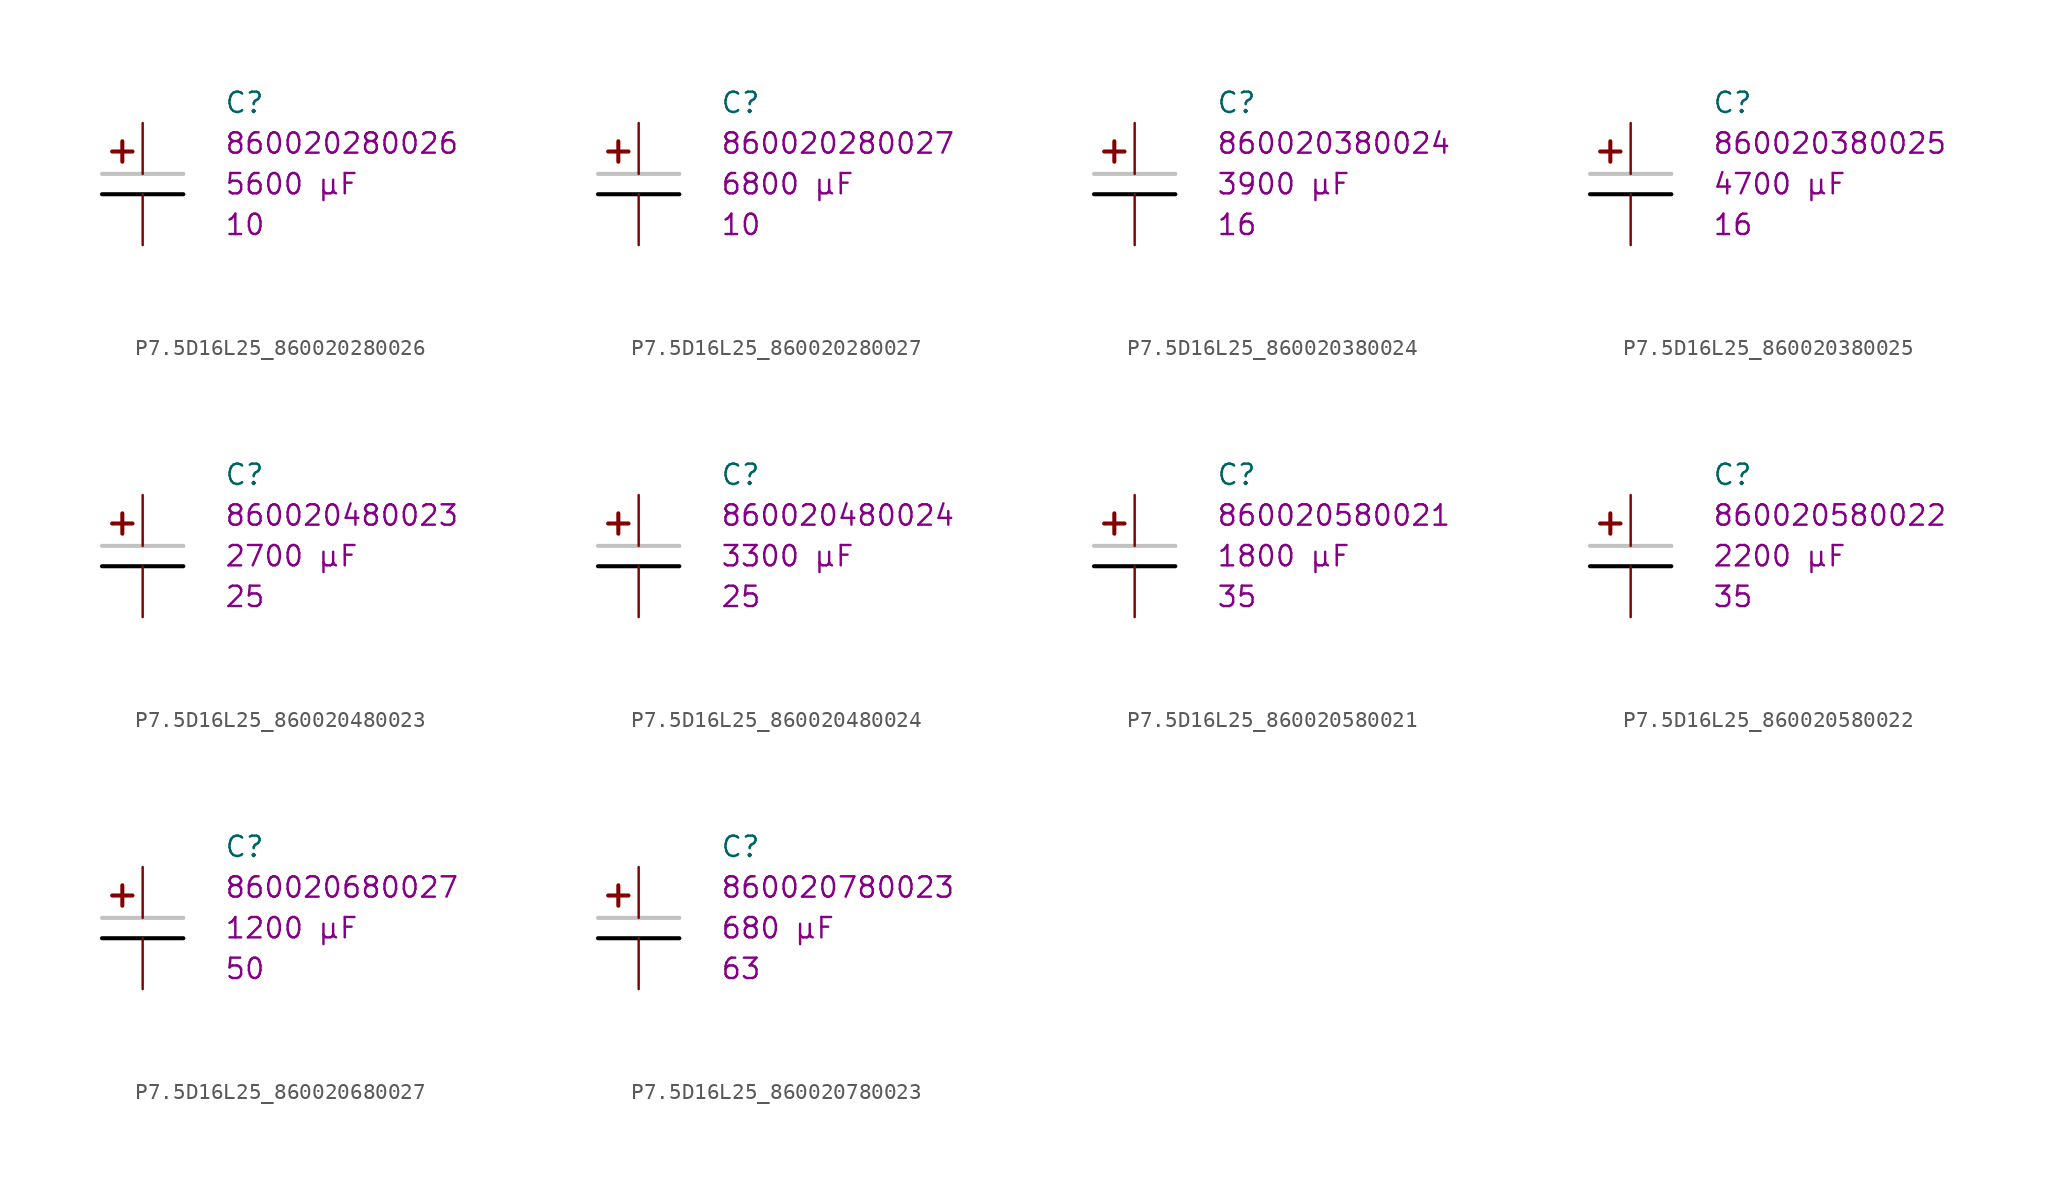
<source format=kicad_sym>
(kicad_symbol_lib
  (version 20220914)
  (generator kicad_symbol_editor)
  (symbol "P7.5D16L25_860020280026"
    (pin_numbers hide)
    (pin_names hide)
    (property "Reference" "C"
      (at 5.08 5.08 0)
      (effects (font (size 1.27 1.27)) (justify left)))
    (property "Part Number" "860020280026"
      (at 5.08 2.54 0)
      (effects (font (size 1.27 1.27)) (justify left)))
    (property "Capacitance" "5600 µF"
      (at 5.08 0 0)
      (effects (font (size 1.27 1.27)) (justify left)))
    (property "Voltage" "10"
      (at 5.08 -2.54 0)
      (effects (font (size 1.27 1.27)) (justify left)))
    (property "Critical Parameter" ""
      (at 0 -7.62 0)
      (effects (font (size 1.27 1.27))))
    (symbol "P7.5D16L25_860020280026_1_1"
      (polyline (pts (xy -1.27 2.667) (xy -1.27 1.397)) (stroke (width 0.254) (type default)) (fill (type none)))
      (polyline (pts (xy -0.635 2.032) (xy -1.905 2.032)) (stroke (width 0.254) (type default)) (fill (type none)))
      (polyline (pts (xy 2.54 -0.635) (xy -2.54 -0.635)) (stroke (width 0.254) (type default) (color 0 0 0 1)) (fill (type none)))
      (polyline (pts (xy 2.54 0.635) (xy -2.54 0.635)) (stroke (width 0.254) (type default) (color 194 194 194 1)) (fill (type none)))
      (pin passive line (at 0 3.81 270) (length 3.175) (name "1" (effects (font (size 1.27 1.27)))) (number "1" (effects (font (size 1.27 1.27)))))
      (pin passive line (at 0 -3.81 90) (length 3.175) (name "2" (effects (font (size 1.27 1.27)))) (number "2" (effects (font (size 1.27 1.27)))))))
  (symbol "P7.5D16L25_860020280027"
    (pin_numbers hide)
    (pin_names hide)
    (property "Reference" "C"
      (at 5.08 5.08 0)
      (effects (font (size 1.27 1.27)) (justify left)))
    (property "Part Number" "860020280027"
      (at 5.08 2.54 0)
      (effects (font (size 1.27 1.27)) (justify left)))
    (property "Capacitance" "6800 µF"
      (at 5.08 0 0)
      (effects (font (size 1.27 1.27)) (justify left)))
    (property "Voltage" "10"
      (at 5.08 -2.54 0)
      (effects (font (size 1.27 1.27)) (justify left)))
    (property "Critical Parameter" ""
      (at 0 -7.62 0)
      (effects (font (size 1.27 1.27))))
    (symbol "P7.5D16L25_860020280027_1_1"
      (polyline (pts (xy -1.27 2.667) (xy -1.27 1.397)) (stroke (width 0.254) (type default)) (fill (type none)))
      (polyline (pts (xy -0.635 2.032) (xy -1.905 2.032)) (stroke (width 0.254) (type default)) (fill (type none)))
      (polyline (pts (xy 2.54 -0.635) (xy -2.54 -0.635)) (stroke (width 0.254) (type default) (color 0 0 0 1)) (fill (type none)))
      (polyline (pts (xy 2.54 0.635) (xy -2.54 0.635)) (stroke (width 0.254) (type default) (color 194 194 194 1)) (fill (type none)))
      (pin passive line (at 0 3.81 270) (length 3.175) (name "1" (effects (font (size 1.27 1.27)))) (number "1" (effects (font (size 1.27 1.27)))))
      (pin passive line (at 0 -3.81 90) (length 3.175) (name "2" (effects (font (size 1.27 1.27)))) (number "2" (effects (font (size 1.27 1.27)))))))
  (symbol "P7.5D16L25_860020380024"
    (pin_numbers hide)
    (pin_names hide)
    (property "Reference" "C"
      (at 5.08 5.08 0)
      (effects (font (size 1.27 1.27)) (justify left)))
    (property "Part Number" "860020380024"
      (at 5.08 2.54 0)
      (effects (font (size 1.27 1.27)) (justify left)))
    (property "Capacitance" "3900 µF"
      (at 5.08 0 0)
      (effects (font (size 1.27 1.27)) (justify left)))
    (property "Voltage" "16"
      (at 5.08 -2.54 0)
      (effects (font (size 1.27 1.27)) (justify left)))
    (property "Critical Parameter" ""
      (at 0 -7.62 0)
      (effects (font (size 1.27 1.27))))
    (symbol "P7.5D16L25_860020380024_1_1"
      (polyline (pts (xy -1.27 2.667) (xy -1.27 1.397)) (stroke (width 0.254) (type default)) (fill (type none)))
      (polyline (pts (xy -0.635 2.032) (xy -1.905 2.032)) (stroke (width 0.254) (type default)) (fill (type none)))
      (polyline (pts (xy 2.54 -0.635) (xy -2.54 -0.635)) (stroke (width 0.254) (type default) (color 0 0 0 1)) (fill (type none)))
      (polyline (pts (xy 2.54 0.635) (xy -2.54 0.635)) (stroke (width 0.254) (type default) (color 194 194 194 1)) (fill (type none)))
      (pin passive line (at 0 3.81 270) (length 3.175) (name "1" (effects (font (size 1.27 1.27)))) (number "1" (effects (font (size 1.27 1.27)))))
      (pin passive line (at 0 -3.81 90) (length 3.175) (name "2" (effects (font (size 1.27 1.27)))) (number "2" (effects (font (size 1.27 1.27)))))))
  (symbol "P7.5D16L25_860020380025"
    (pin_numbers hide)
    (pin_names hide)
    (property "Reference" "C"
      (at 5.08 5.08 0)
      (effects (font (size 1.27 1.27)) (justify left)))
    (property "Part Number" "860020380025"
      (at 5.08 2.54 0)
      (effects (font (size 1.27 1.27)) (justify left)))
    (property "Capacitance" "4700 µF"
      (at 5.08 0 0)
      (effects (font (size 1.27 1.27)) (justify left)))
    (property "Voltage" "16"
      (at 5.08 -2.54 0)
      (effects (font (size 1.27 1.27)) (justify left)))
    (property "Critical Parameter" ""
      (at 0 -7.62 0)
      (effects (font (size 1.27 1.27))))
    (symbol "P7.5D16L25_860020380025_1_1"
      (polyline (pts (xy -1.27 2.667) (xy -1.27 1.397)) (stroke (width 0.254) (type default)) (fill (type none)))
      (polyline (pts (xy -0.635 2.032) (xy -1.905 2.032)) (stroke (width 0.254) (type default)) (fill (type none)))
      (polyline (pts (xy 2.54 -0.635) (xy -2.54 -0.635)) (stroke (width 0.254) (type default) (color 0 0 0 1)) (fill (type none)))
      (polyline (pts (xy 2.54 0.635) (xy -2.54 0.635)) (stroke (width 0.254) (type default) (color 194 194 194 1)) (fill (type none)))
      (pin passive line (at 0 3.81 270) (length 3.175) (name "1" (effects (font (size 1.27 1.27)))) (number "1" (effects (font (size 1.27 1.27)))))
      (pin passive line (at 0 -3.81 90) (length 3.175) (name "2" (effects (font (size 1.27 1.27)))) (number "2" (effects (font (size 1.27 1.27)))))))
  (symbol "P7.5D16L25_860020480023"
    (pin_numbers hide)
    (pin_names hide)
    (property "Reference" "C"
      (at 5.08 5.08 0)
      (effects (font (size 1.27 1.27)) (justify left)))
    (property "Part Number" "860020480023"
      (at 5.08 2.54 0)
      (effects (font (size 1.27 1.27)) (justify left)))
    (property "Capacitance" "2700 µF"
      (at 5.08 0 0)
      (effects (font (size 1.27 1.27)) (justify left)))
    (property "Voltage" "25"
      (at 5.08 -2.54 0)
      (effects (font (size 1.27 1.27)) (justify left)))
    (property "Critical Parameter" ""
      (at 0 -7.62 0)
      (effects (font (size 1.27 1.27))))
    (symbol "P7.5D16L25_860020480023_1_1"
      (polyline (pts (xy -1.27 2.667) (xy -1.27 1.397)) (stroke (width 0.254) (type default)) (fill (type none)))
      (polyline (pts (xy -0.635 2.032) (xy -1.905 2.032)) (stroke (width 0.254) (type default)) (fill (type none)))
      (polyline (pts (xy 2.54 -0.635) (xy -2.54 -0.635)) (stroke (width 0.254) (type default) (color 0 0 0 1)) (fill (type none)))
      (polyline (pts (xy 2.54 0.635) (xy -2.54 0.635)) (stroke (width 0.254) (type default) (color 194 194 194 1)) (fill (type none)))
      (pin passive line (at 0 3.81 270) (length 3.175) (name "1" (effects (font (size 1.27 1.27)))) (number "1" (effects (font (size 1.27 1.27)))))
      (pin passive line (at 0 -3.81 90) (length 3.175) (name "2" (effects (font (size 1.27 1.27)))) (number "2" (effects (font (size 1.27 1.27)))))))
  (symbol "P7.5D16L25_860020480024"
    (pin_numbers hide)
    (pin_names hide)
    (property "Reference" "C"
      (at 5.08 5.08 0)
      (effects (font (size 1.27 1.27)) (justify left)))
    (property "Part Number" "860020480024"
      (at 5.08 2.54 0)
      (effects (font (size 1.27 1.27)) (justify left)))
    (property "Capacitance" "3300 µF"
      (at 5.08 0 0)
      (effects (font (size 1.27 1.27)) (justify left)))
    (property "Voltage" "25"
      (at 5.08 -2.54 0)
      (effects (font (size 1.27 1.27)) (justify left)))
    (property "Critical Parameter" ""
      (at 0 -7.62 0)
      (effects (font (size 1.27 1.27))))
    (symbol "P7.5D16L25_860020480024_1_1"
      (polyline (pts (xy -1.27 2.667) (xy -1.27 1.397)) (stroke (width 0.254) (type default)) (fill (type none)))
      (polyline (pts (xy -0.635 2.032) (xy -1.905 2.032)) (stroke (width 0.254) (type default)) (fill (type none)))
      (polyline (pts (xy 2.54 -0.635) (xy -2.54 -0.635)) (stroke (width 0.254) (type default) (color 0 0 0 1)) (fill (type none)))
      (polyline (pts (xy 2.54 0.635) (xy -2.54 0.635)) (stroke (width 0.254) (type default) (color 194 194 194 1)) (fill (type none)))
      (pin passive line (at 0 3.81 270) (length 3.175) (name "1" (effects (font (size 1.27 1.27)))) (number "1" (effects (font (size 1.27 1.27)))))
      (pin passive line (at 0 -3.81 90) (length 3.175) (name "2" (effects (font (size 1.27 1.27)))) (number "2" (effects (font (size 1.27 1.27)))))))
  (symbol "P7.5D16L25_860020580021"
    (pin_numbers hide)
    (pin_names hide)
    (property "Reference" "C"
      (at 5.08 5.08 0)
      (effects (font (size 1.27 1.27)) (justify left)))
    (property "Part Number" "860020580021"
      (at 5.08 2.54 0)
      (effects (font (size 1.27 1.27)) (justify left)))
    (property "Capacitance" "1800 µF"
      (at 5.08 0 0)
      (effects (font (size 1.27 1.27)) (justify left)))
    (property "Voltage" "35"
      (at 5.08 -2.54 0)
      (effects (font (size 1.27 1.27)) (justify left)))
    (property "Critical Parameter" ""
      (at 0 -7.62 0)
      (effects (font (size 1.27 1.27))))
    (symbol "P7.5D16L25_860020580021_1_1"
      (polyline (pts (xy -1.27 2.667) (xy -1.27 1.397)) (stroke (width 0.254) (type default)) (fill (type none)))
      (polyline (pts (xy -0.635 2.032) (xy -1.905 2.032)) (stroke (width 0.254) (type default)) (fill (type none)))
      (polyline (pts (xy 2.54 -0.635) (xy -2.54 -0.635)) (stroke (width 0.254) (type default) (color 0 0 0 1)) (fill (type none)))
      (polyline (pts (xy 2.54 0.635) (xy -2.54 0.635)) (stroke (width 0.254) (type default) (color 194 194 194 1)) (fill (type none)))
      (pin passive line (at 0 3.81 270) (length 3.175) (name "1" (effects (font (size 1.27 1.27)))) (number "1" (effects (font (size 1.27 1.27)))))
      (pin passive line (at 0 -3.81 90) (length 3.175) (name "2" (effects (font (size 1.27 1.27)))) (number "2" (effects (font (size 1.27 1.27)))))))
  (symbol "P7.5D16L25_860020580022"
    (pin_numbers hide)
    (pin_names hide)
    (property "Reference" "C"
      (at 5.08 5.08 0)
      (effects (font (size 1.27 1.27)) (justify left)))
    (property "Part Number" "860020580022"
      (at 5.08 2.54 0)
      (effects (font (size 1.27 1.27)) (justify left)))
    (property "Capacitance" "2200 µF"
      (at 5.08 0 0)
      (effects (font (size 1.27 1.27)) (justify left)))
    (property "Voltage" "35"
      (at 5.08 -2.54 0)
      (effects (font (size 1.27 1.27)) (justify left)))
    (property "Critical Parameter" ""
      (at 0 -7.62 0)
      (effects (font (size 1.27 1.27))))
    (symbol "P7.5D16L25_860020580022_1_1"
      (polyline (pts (xy -1.27 2.667) (xy -1.27 1.397)) (stroke (width 0.254) (type default)) (fill (type none)))
      (polyline (pts (xy -0.635 2.032) (xy -1.905 2.032)) (stroke (width 0.254) (type default)) (fill (type none)))
      (polyline (pts (xy 2.54 -0.635) (xy -2.54 -0.635)) (stroke (width 0.254) (type default) (color 0 0 0 1)) (fill (type none)))
      (polyline (pts (xy 2.54 0.635) (xy -2.54 0.635)) (stroke (width 0.254) (type default) (color 194 194 194 1)) (fill (type none)))
      (pin passive line (at 0 3.81 270) (length 3.175) (name "1" (effects (font (size 1.27 1.27)))) (number "1" (effects (font (size 1.27 1.27)))))
      (pin passive line (at 0 -3.81 90) (length 3.175) (name "2" (effects (font (size 1.27 1.27)))) (number "2" (effects (font (size 1.27 1.27)))))))
  (symbol "P7.5D16L25_860020680027"
    (pin_numbers hide)
    (pin_names hide)
    (property "Reference" "C"
      (at 5.08 5.08 0)
      (effects (font (size 1.27 1.27)) (justify left)))
    (property "Part Number" "860020680027"
      (at 5.08 2.54 0)
      (effects (font (size 1.27 1.27)) (justify left)))
    (property "Capacitance" "1200 µF"
      (at 5.08 0 0)
      (effects (font (size 1.27 1.27)) (justify left)))
    (property "Voltage" "50"
      (at 5.08 -2.54 0)
      (effects (font (size 1.27 1.27)) (justify left)))
    (property "Critical Parameter" ""
      (at 0 -7.62 0)
      (effects (font (size 1.27 1.27))))
    (symbol "P7.5D16L25_860020680027_1_1"
      (polyline (pts (xy -1.27 2.667) (xy -1.27 1.397)) (stroke (width 0.254) (type default)) (fill (type none)))
      (polyline (pts (xy -0.635 2.032) (xy -1.905 2.032)) (stroke (width 0.254) (type default)) (fill (type none)))
      (polyline (pts (xy 2.54 -0.635) (xy -2.54 -0.635)) (stroke (width 0.254) (type default) (color 0 0 0 1)) (fill (type none)))
      (polyline (pts (xy 2.54 0.635) (xy -2.54 0.635)) (stroke (width 0.254) (type default) (color 194 194 194 1)) (fill (type none)))
      (pin passive line (at 0 3.81 270) (length 3.175) (name "1" (effects (font (size 1.27 1.27)))) (number "1" (effects (font (size 1.27 1.27)))))
      (pin passive line (at 0 -3.81 90) (length 3.175) (name "2" (effects (font (size 1.27 1.27)))) (number "2" (effects (font (size 1.27 1.27)))))))
  (symbol "P7.5D16L25_860020780023"
    (pin_numbers hide)
    (pin_names hide)
    (property "Reference" "C"
      (at 5.08 5.08 0)
      (effects (font (size 1.27 1.27)) (justify left)))
    (property "Part Number" "860020780023"
      (at 5.08 2.54 0)
      (effects (font (size 1.27 1.27)) (justify left)))
    (property "Capacitance" "680 µF"
      (at 5.08 0 0)
      (effects (font (size 1.27 1.27)) (justify left)))
    (property "Voltage" "63"
      (at 5.08 -2.54 0)
      (effects (font (size 1.27 1.27)) (justify left)))
    (property "Critical Parameter" ""
      (at 0 -7.62 0)
      (effects (font (size 1.27 1.27))))
    (symbol "P7.5D16L25_860020780023_1_1"
      (polyline (pts (xy -1.27 2.667) (xy -1.27 1.397)) (stroke (width 0.254) (type default)) (fill (type none)))
      (polyline (pts (xy -0.635 2.032) (xy -1.905 2.032)) (stroke (width 0.254) (type default)) (fill (type none)))
      (polyline (pts (xy 2.54 -0.635) (xy -2.54 -0.635)) (stroke (width 0.254) (type default) (color 0 0 0 1)) (fill (type none)))
      (polyline (pts (xy 2.54 0.635) (xy -2.54 0.635)) (stroke (width 0.254) (type default) (color 194 194 194 1)) (fill (type none)))
      (pin passive line (at 0 3.81 270) (length 3.175) (name "1" (effects (font (size 1.27 1.27)))) (number "1" (effects (font (size 1.27 1.27)))))
      (pin passive line (at 0 -3.81 90) (length 3.175) (name "2" (effects (font (size 1.27 1.27)))) (number "2" (effects (font (size 1.27 1.27))))))))
</source>
